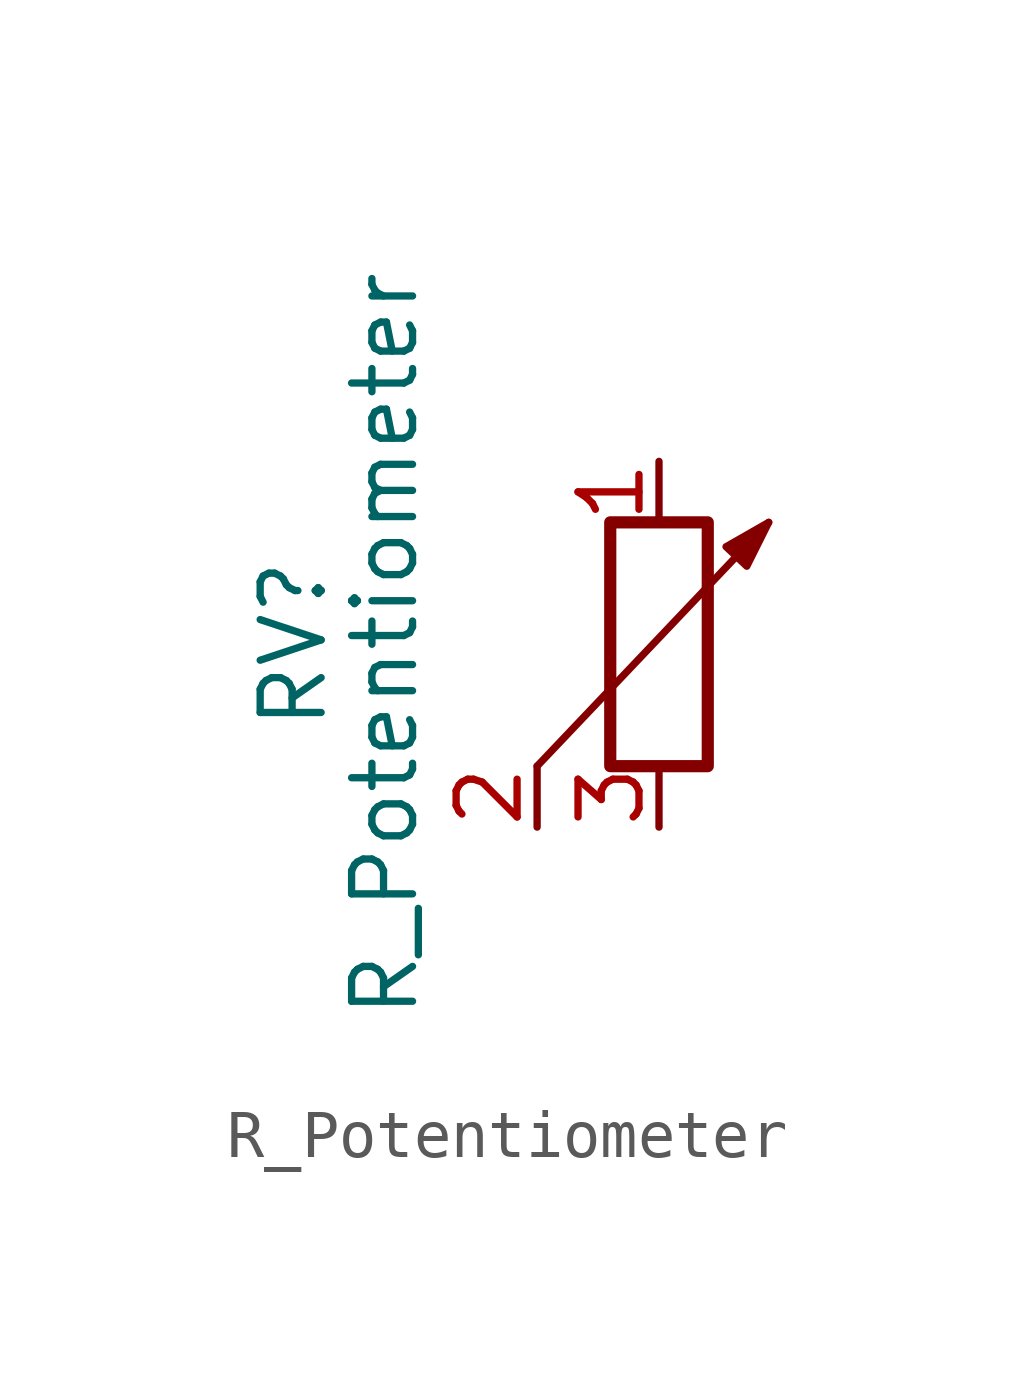
<source format=kicad_sym>
(kicad_symbol_lib
  (version 20211014)
  (generator kicad_symbol_editor)
  (symbol "R_Potentiometer"
    (pin_names
      (offset 1.016) hide)
    (property "Reference" "RV"
      (at -7.62 0 90)
      (effects (font (size 1.27 1.27))))
    (property "Value" "R_Potentiometer"
      (at -5.715 0 90)
      (effects (font (size 1.27 1.27))))
    (symbol "R_Potentiometer_0_1"
      (polyline (pts (xy -2.54 -2.54) (xy 2.286 2.54)) (stroke (width 0) (type default) (color 0 0 0 0)) (fill (type none)))
      (polyline (pts (xy 2.286 2.54) (xy 1.829 1.626) (xy 1.397 2.032) (xy 2.286 2.54)) (stroke (width 0) (type default) (color 0 0 0 0)) (fill (type outline)))
      (rectangle (start 1.016 2.54) (end -1.016 -2.54) (stroke (width 0.254) (type default) (color 0 0 0 0)) (fill (type none))))
    (symbol "R_Potentiometer_1_1"
      (pin passive line (at 0 3.81 270) (length 1.27) (name "1" (effects (font (size 1.27 1.27)))) (number "1" (effects (font (size 1.27 1.27)))))
      (pin passive line (at -2.54 -3.81 90) (length 1.27) (name "2" (effects (font (size 1.27 1.27)))) (number "2" (effects (font (size 1.27 1.27)))))
      (pin passive line (at 0 -3.81 90) (length 1.27) (name "3" (effects (font (size 1.27 1.27)))) (number "3" (effects (font (size 1.27 1.27))))))))
</source>
